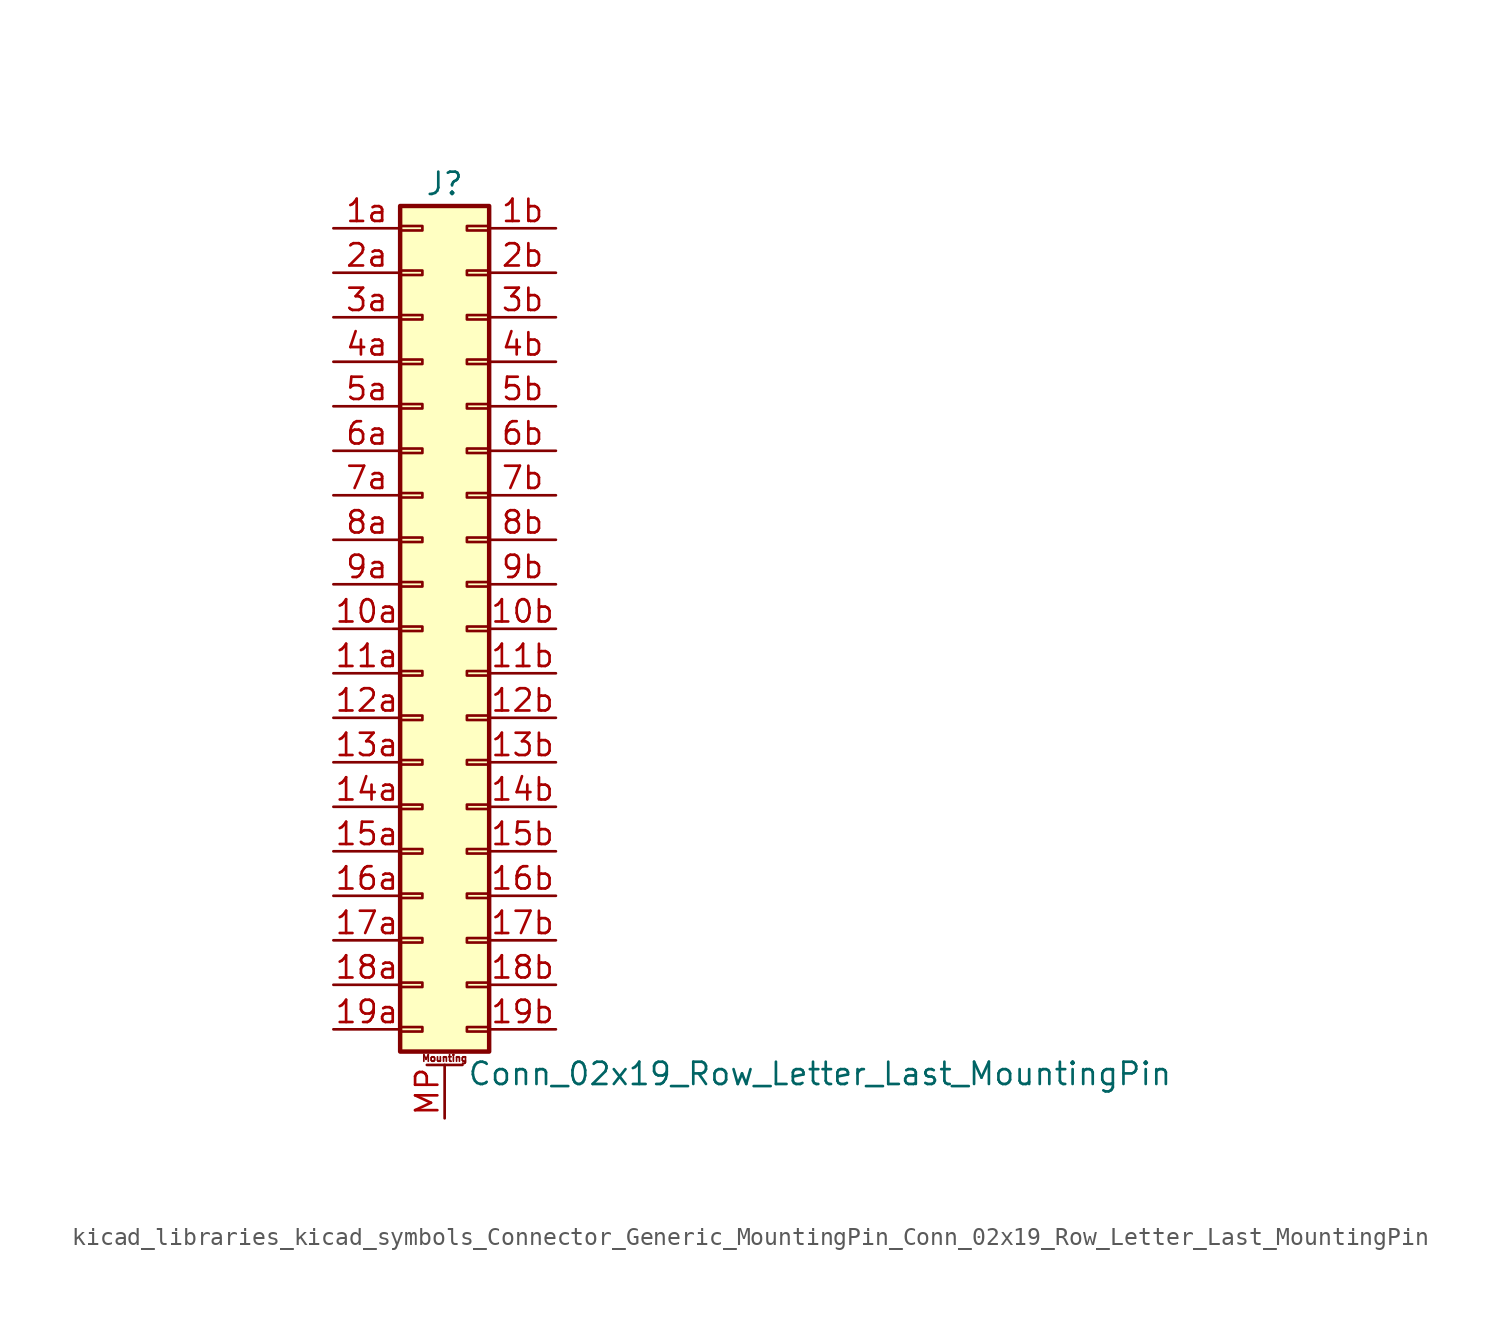
<source format=kicad_sym>
(kicad_symbol_lib
  (version 20220914)
  (generator kicad_symbol_editor)
  (symbol "kicad_libraries_kicad_symbols_Connector_Generic_MountingPin_Conn_02x19_Row_Letter_Last_MountingPin"
    (pin_names
      (offset 1.016) hide)
    (property "Reference" "J"
      (at 1.27 25.4 0)
      (effects (font (size 1.27 1.27))))
    (property "Value" "Conn_02x19_Row_Letter_Last_MountingPin"
      (at 2.54 -25.4 0)
      (effects (font (size 1.27 1.27)) (justify left)))
    (symbol "kicad_libraries_kicad_symbols_Connector_Generic_MountingPin_Conn_02x19_Row_Letter_Last_MountingPin_1_1"
      (rectangle (start -1.27 -22.733) (end 0 -22.987) (stroke (width 0.152) (type default)) (fill (type none)))
      (rectangle (start -1.27 -20.193) (end 0 -20.447) (stroke (width 0.152) (type default)) (fill (type none)))
      (rectangle (start -1.27 -17.653) (end 0 -17.907) (stroke (width 0.152) (type default)) (fill (type none)))
      (rectangle (start -1.27 -15.113) (end 0 -15.367) (stroke (width 0.152) (type default)) (fill (type none)))
      (rectangle (start -1.27 -12.573) (end 0 -12.827) (stroke (width 0.152) (type default)) (fill (type none)))
      (rectangle (start -1.27 -10.033) (end 0 -10.287) (stroke (width 0.152) (type default)) (fill (type none)))
      (rectangle (start -1.27 -7.493) (end 0 -7.747) (stroke (width 0.152) (type default)) (fill (type none)))
      (rectangle (start -1.27 -4.953) (end 0 -5.207) (stroke (width 0.152) (type default)) (fill (type none)))
      (rectangle (start -1.27 -2.413) (end 0 -2.667) (stroke (width 0.152) (type default)) (fill (type none)))
      (rectangle (start -1.27 0.127) (end 0 -0.127) (stroke (width 0.152) (type default)) (fill (type none)))
      (rectangle (start -1.27 2.667) (end 0 2.413) (stroke (width 0.152) (type default)) (fill (type none)))
      (rectangle (start -1.27 5.207) (end 0 4.953) (stroke (width 0.152) (type default)) (fill (type none)))
      (rectangle (start -1.27 7.747) (end 0 7.493) (stroke (width 0.152) (type default)) (fill (type none)))
      (rectangle (start -1.27 10.287) (end 0 10.033) (stroke (width 0.152) (type default)) (fill (type none)))
      (rectangle (start -1.27 12.827) (end 0 12.573) (stroke (width 0.152) (type default)) (fill (type none)))
      (rectangle (start -1.27 15.367) (end 0 15.113) (stroke (width 0.152) (type default)) (fill (type none)))
      (rectangle (start -1.27 17.907) (end 0 17.653) (stroke (width 0.152) (type default)) (fill (type none)))
      (rectangle (start -1.27 20.447) (end 0 20.193) (stroke (width 0.152) (type default)) (fill (type none)))
      (rectangle (start -1.27 22.987) (end 0 22.733) (stroke (width 0.152) (type default)) (fill (type none)))
      (rectangle (start -1.27 24.13) (end 3.81 -24.13) (stroke (width 0.254) (type default)) (fill (type background)))
      (polyline (pts (xy 0.254 -24.892) (xy 2.286 -24.892)) (stroke (width 0.152) (type default)) (fill (type none)))
      (rectangle (start 3.81 -22.733) (end 2.54 -22.987) (stroke (width 0.152) (type default)) (fill (type none)))
      (rectangle (start 3.81 -20.193) (end 2.54 -20.447) (stroke (width 0.152) (type default)) (fill (type none)))
      (rectangle (start 3.81 -17.653) (end 2.54 -17.907) (stroke (width 0.152) (type default)) (fill (type none)))
      (rectangle (start 3.81 -15.113) (end 2.54 -15.367) (stroke (width 0.152) (type default)) (fill (type none)))
      (rectangle (start 3.81 -12.573) (end 2.54 -12.827) (stroke (width 0.152) (type default)) (fill (type none)))
      (rectangle (start 3.81 -10.033) (end 2.54 -10.287) (stroke (width 0.152) (type default)) (fill (type none)))
      (rectangle (start 3.81 -7.493) (end 2.54 -7.747) (stroke (width 0.152) (type default)) (fill (type none)))
      (rectangle (start 3.81 -4.953) (end 2.54 -5.207) (stroke (width 0.152) (type default)) (fill (type none)))
      (rectangle (start 3.81 -2.413) (end 2.54 -2.667) (stroke (width 0.152) (type default)) (fill (type none)))
      (rectangle (start 3.81 0.127) (end 2.54 -0.127) (stroke (width 0.152) (type default)) (fill (type none)))
      (rectangle (start 3.81 2.667) (end 2.54 2.413) (stroke (width 0.152) (type default)) (fill (type none)))
      (rectangle (start 3.81 5.207) (end 2.54 4.953) (stroke (width 0.152) (type default)) (fill (type none)))
      (rectangle (start 3.81 7.747) (end 2.54 7.493) (stroke (width 0.152) (type default)) (fill (type none)))
      (rectangle (start 3.81 10.287) (end 2.54 10.033) (stroke (width 0.152) (type default)) (fill (type none)))
      (rectangle (start 3.81 12.827) (end 2.54 12.573) (stroke (width 0.152) (type default)) (fill (type none)))
      (rectangle (start 3.81 15.367) (end 2.54 15.113) (stroke (width 0.152) (type default)) (fill (type none)))
      (rectangle (start 3.81 17.907) (end 2.54 17.653) (stroke (width 0.152) (type default)) (fill (type none)))
      (rectangle (start 3.81 20.447) (end 2.54 20.193) (stroke (width 0.152) (type default)) (fill (type none)))
      (rectangle (start 3.81 22.987) (end 2.54 22.733) (stroke (width 0.152) (type default)) (fill (type none)))
      (text "Mounting" (at 1.27 -24.511 0) (effects (font (size 0.381 0.381))))
      (pin passive line (at -5.08 0 0) (length 3.81) (name "Pin_10a" (effects (font (size 1.27 1.27)))) (number "10a" (effects (font (size 1.27 1.27)))))
      (pin passive line (at 7.62 0 180) (length 3.81) (name "Pin_10b" (effects (font (size 1.27 1.27)))) (number "10b" (effects (font (size 1.27 1.27)))))
      (pin passive line (at -5.08 -2.54 0) (length 3.81) (name "Pin_11a" (effects (font (size 1.27 1.27)))) (number "11a" (effects (font (size 1.27 1.27)))))
      (pin passive line (at 7.62 -2.54 180) (length 3.81) (name "Pin_11b" (effects (font (size 1.27 1.27)))) (number "11b" (effects (font (size 1.27 1.27)))))
      (pin passive line (at -5.08 -5.08 0) (length 3.81) (name "Pin_12a" (effects (font (size 1.27 1.27)))) (number "12a" (effects (font (size 1.27 1.27)))))
      (pin passive line (at 7.62 -5.08 180) (length 3.81) (name "Pin_12b" (effects (font (size 1.27 1.27)))) (number "12b" (effects (font (size 1.27 1.27)))))
      (pin passive line (at -5.08 -7.62 0) (length 3.81) (name "Pin_13a" (effects (font (size 1.27 1.27)))) (number "13a" (effects (font (size 1.27 1.27)))))
      (pin passive line (at 7.62 -7.62 180) (length 3.81) (name "Pin_13b" (effects (font (size 1.27 1.27)))) (number "13b" (effects (font (size 1.27 1.27)))))
      (pin passive line (at -5.08 -10.16 0) (length 3.81) (name "Pin_14a" (effects (font (size 1.27 1.27)))) (number "14a" (effects (font (size 1.27 1.27)))))
      (pin passive line (at 7.62 -10.16 180) (length 3.81) (name "Pin_14b" (effects (font (size 1.27 1.27)))) (number "14b" (effects (font (size 1.27 1.27)))))
      (pin passive line (at -5.08 -12.7 0) (length 3.81) (name "Pin_15a" (effects (font (size 1.27 1.27)))) (number "15a" (effects (font (size 1.27 1.27)))))
      (pin passive line (at 7.62 -12.7 180) (length 3.81) (name "Pin_15b" (effects (font (size 1.27 1.27)))) (number "15b" (effects (font (size 1.27 1.27)))))
      (pin passive line (at -5.08 -15.24 0) (length 3.81) (name "Pin_16a" (effects (font (size 1.27 1.27)))) (number "16a" (effects (font (size 1.27 1.27)))))
      (pin passive line (at 7.62 -15.24 180) (length 3.81) (name "Pin_16b" (effects (font (size 1.27 1.27)))) (number "16b" (effects (font (size 1.27 1.27)))))
      (pin passive line (at -5.08 -17.78 0) (length 3.81) (name "Pin_17a" (effects (font (size 1.27 1.27)))) (number "17a" (effects (font (size 1.27 1.27)))))
      (pin passive line (at 7.62 -17.78 180) (length 3.81) (name "Pin_17b" (effects (font (size 1.27 1.27)))) (number "17b" (effects (font (size 1.27 1.27)))))
      (pin passive line (at -5.08 -20.32 0) (length 3.81) (name "Pin_18a" (effects (font (size 1.27 1.27)))) (number "18a" (effects (font (size 1.27 1.27)))))
      (pin passive line (at 7.62 -20.32 180) (length 3.81) (name "Pin_18b" (effects (font (size 1.27 1.27)))) (number "18b" (effects (font (size 1.27 1.27)))))
      (pin passive line (at -5.08 -22.86 0) (length 3.81) (name "Pin_19a" (effects (font (size 1.27 1.27)))) (number "19a" (effects (font (size 1.27 1.27)))))
      (pin passive line (at 7.62 -22.86 180) (length 3.81) (name "Pin_19b" (effects (font (size 1.27 1.27)))) (number "19b" (effects (font (size 1.27 1.27)))))
      (pin passive line (at -5.08 22.86 0) (length 3.81) (name "Pin_1a" (effects (font (size 1.27 1.27)))) (number "1a" (effects (font (size 1.27 1.27)))))
      (pin passive line (at 7.62 22.86 180) (length 3.81) (name "Pin_1b" (effects (font (size 1.27 1.27)))) (number "1b" (effects (font (size 1.27 1.27)))))
      (pin passive line (at -5.08 20.32 0) (length 3.81) (name "Pin_2a" (effects (font (size 1.27 1.27)))) (number "2a" (effects (font (size 1.27 1.27)))))
      (pin passive line (at 7.62 20.32 180) (length 3.81) (name "Pin_2b" (effects (font (size 1.27 1.27)))) (number "2b" (effects (font (size 1.27 1.27)))))
      (pin passive line (at -5.08 17.78 0) (length 3.81) (name "Pin_3a" (effects (font (size 1.27 1.27)))) (number "3a" (effects (font (size 1.27 1.27)))))
      (pin passive line (at 7.62 17.78 180) (length 3.81) (name "Pin_3b" (effects (font (size 1.27 1.27)))) (number "3b" (effects (font (size 1.27 1.27)))))
      (pin passive line (at -5.08 15.24 0) (length 3.81) (name "Pin_4a" (effects (font (size 1.27 1.27)))) (number "4a" (effects (font (size 1.27 1.27)))))
      (pin passive line (at 7.62 15.24 180) (length 3.81) (name "Pin_4b" (effects (font (size 1.27 1.27)))) (number "4b" (effects (font (size 1.27 1.27)))))
      (pin passive line (at -5.08 12.7 0) (length 3.81) (name "Pin_5a" (effects (font (size 1.27 1.27)))) (number "5a" (effects (font (size 1.27 1.27)))))
      (pin passive line (at 7.62 12.7 180) (length 3.81) (name "Pin_5b" (effects (font (size 1.27 1.27)))) (number "5b" (effects (font (size 1.27 1.27)))))
      (pin passive line (at -5.08 10.16 0) (length 3.81) (name "Pin_6a" (effects (font (size 1.27 1.27)))) (number "6a" (effects (font (size 1.27 1.27)))))
      (pin passive line (at 7.62 10.16 180) (length 3.81) (name "Pin_6b" (effects (font (size 1.27 1.27)))) (number "6b" (effects (font (size 1.27 1.27)))))
      (pin passive line (at -5.08 7.62 0) (length 3.81) (name "Pin_7a" (effects (font (size 1.27 1.27)))) (number "7a" (effects (font (size 1.27 1.27)))))
      (pin passive line (at 7.62 7.62 180) (length 3.81) (name "Pin_7b" (effects (font (size 1.27 1.27)))) (number "7b" (effects (font (size 1.27 1.27)))))
      (pin passive line (at -5.08 5.08 0) (length 3.81) (name "Pin_8a" (effects (font (size 1.27 1.27)))) (number "8a" (effects (font (size 1.27 1.27)))))
      (pin passive line (at 7.62 5.08 180) (length 3.81) (name "Pin_8b" (effects (font (size 1.27 1.27)))) (number "8b" (effects (font (size 1.27 1.27)))))
      (pin passive line (at -5.08 2.54 0) (length 3.81) (name "Pin_9a" (effects (font (size 1.27 1.27)))) (number "9a" (effects (font (size 1.27 1.27)))))
      (pin passive line (at 7.62 2.54 180) (length 3.81) (name "Pin_9b" (effects (font (size 1.27 1.27)))) (number "9b" (effects (font (size 1.27 1.27)))))
      (pin passive line (at 1.27 -27.94 90) (length 3.048) (name "MountPin" (effects (font (size 1.27 1.27)))) (number "MP" (effects (font (size 1.27 1.27))))))))
</source>
